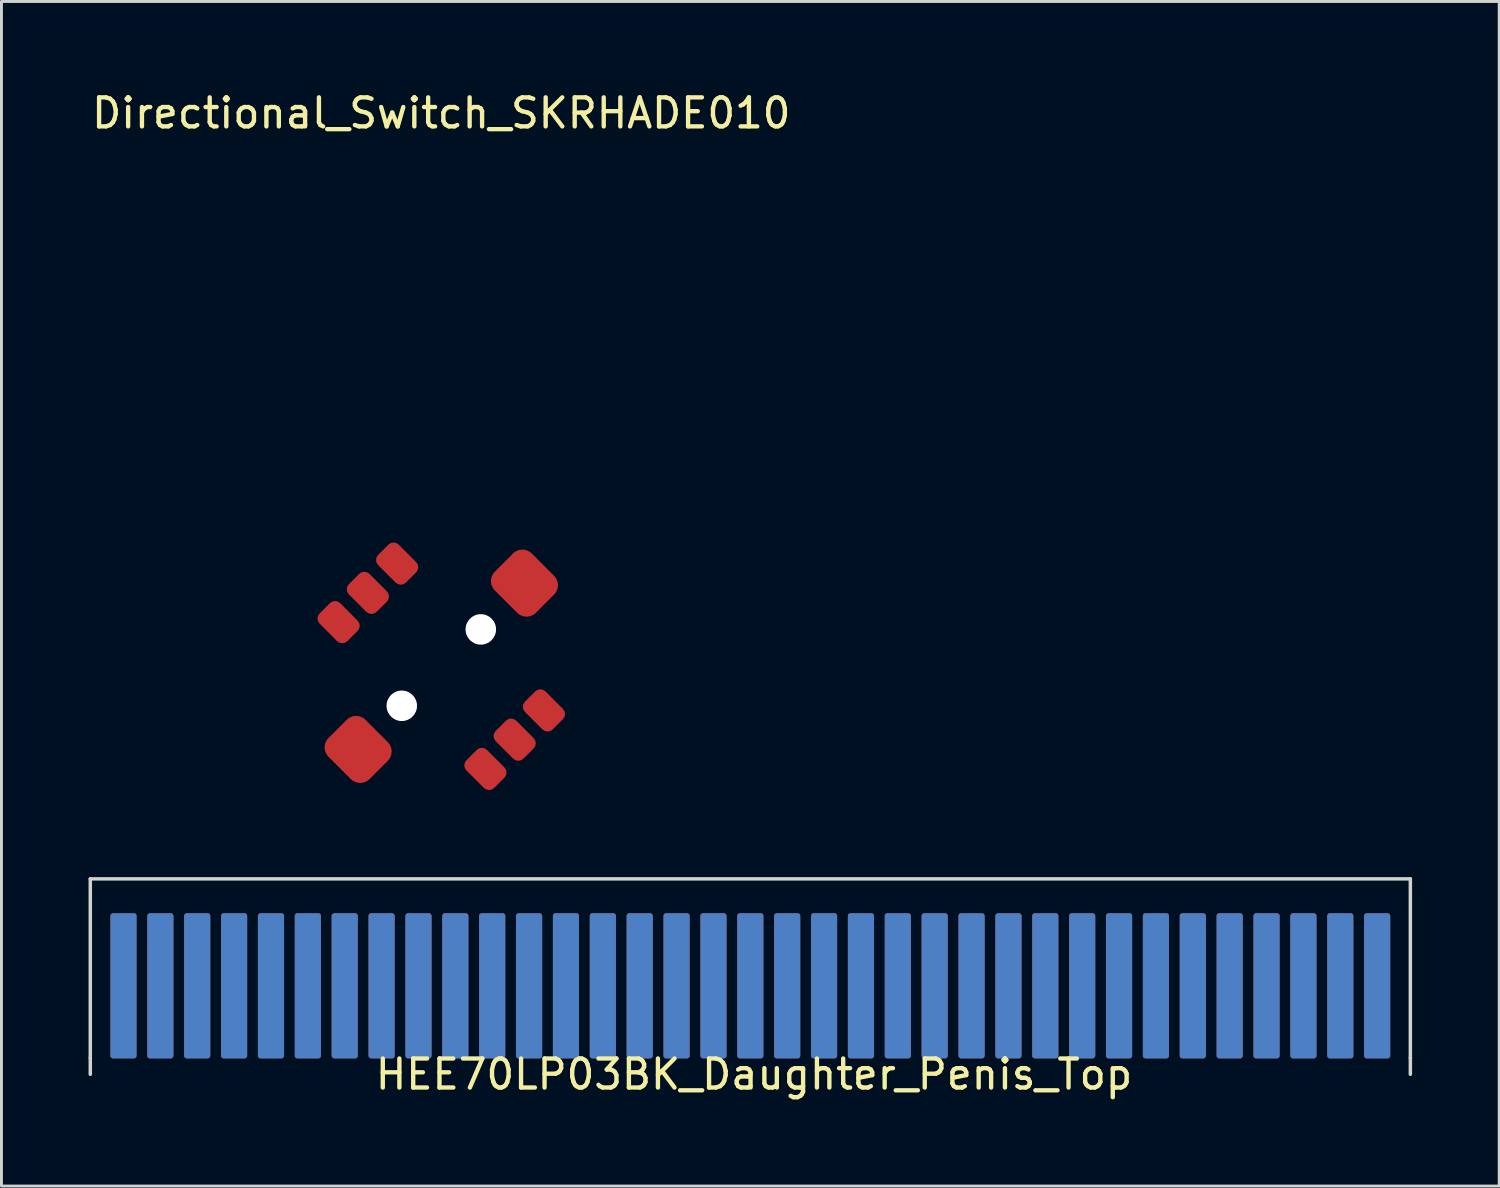
<source format=kicad_pcb>
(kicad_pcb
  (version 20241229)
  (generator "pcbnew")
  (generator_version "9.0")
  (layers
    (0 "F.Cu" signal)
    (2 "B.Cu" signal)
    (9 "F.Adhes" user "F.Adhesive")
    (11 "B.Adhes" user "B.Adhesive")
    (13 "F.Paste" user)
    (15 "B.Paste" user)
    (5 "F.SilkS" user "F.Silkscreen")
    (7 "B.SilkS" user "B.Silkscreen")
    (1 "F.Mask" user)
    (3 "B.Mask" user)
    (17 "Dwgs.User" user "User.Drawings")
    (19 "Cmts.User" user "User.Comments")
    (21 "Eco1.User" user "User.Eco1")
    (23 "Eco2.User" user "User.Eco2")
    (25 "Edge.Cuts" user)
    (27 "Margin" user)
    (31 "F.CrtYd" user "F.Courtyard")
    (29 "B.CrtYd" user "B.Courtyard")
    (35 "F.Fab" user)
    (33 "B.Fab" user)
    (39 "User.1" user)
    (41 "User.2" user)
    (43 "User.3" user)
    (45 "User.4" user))
  (footprint "HEE70LP03BK_Daughter_Penis_Top"
    (layer "F.Cu")
    (at 22.793 33.444)
    (property "Reference" "HEE70LP03BK_Daughter_Penis_Top" (at 0.127 0.508 0) (unlocked yes) (layer "F.SilkS") (effects (font (size 1 1) (thickness 0.15))))
    (attr smd)
    (fp_line (start -22.733 -6.223) (end -22.733 -0.064) (stroke (width 0.12) (type default)) (layer "Edge.Cuts"))
    (fp_line (start -22.733 0.508) (end -22.733 -0.064) (stroke (width 0.12) (type default)) (layer "Edge.Cuts"))
    (fp_line (start 22.733 -6.223) (end -22.733 -6.223) (stroke (width 0.12) (type default)) (layer "Edge.Cuts"))
    (fp_line (start 22.733 -0.064) (end 22.733 -6.223) (stroke (width 0.12) (type default)) (layer "Edge.Cuts"))
    (fp_line (start 22.733 0.508) (end 22.733 -0.064) (stroke (width 0.12) (type default)) (layer "Edge.Cuts"))
    (pad "1" smd roundrect (at -17.78 -2.54 180) (size 0.9 5) (layers "B.Cu" "B.Mask" "B.Paste") (roundrect_rratio 0.1))
    (pad "2" smd roundrect (at -16.51 -2.54 180) (size 0.9 5) (layers "B.Cu" "B.Mask" "B.Paste") (roundrect_rratio 0.1))
    (pad "3" smd roundrect (at -15.24 -2.54 180) (size 0.9 5) (layers "B.Cu" "B.Mask" "B.Paste") (roundrect_rratio 0.1))
    (pad "4" smd roundrect (at -13.97 -2.54 180) (size 0.9 5) (layers "B.Cu" "B.Mask" "B.Paste") (roundrect_rratio 0.1))
    (pad "5" smd roundrect (at -12.7 -2.54 180) (size 0.9 5) (layers "B.Cu" "B.Mask" "B.Paste") (roundrect_rratio 0.1))
    (pad "6" smd roundrect (at -11.43 -2.54 180) (size 0.9 5) (layers "B.Cu" "B.Mask" "B.Paste") (roundrect_rratio 0.1))
    (pad "7" smd roundrect (at -10.16 -2.54 180) (size 0.9 5) (layers "B.Cu" "B.Mask" "B.Paste") (roundrect_rratio 0.1))
    (pad "8" smd roundrect (at -8.89 -2.54 180) (size 0.9 5) (layers "B.Cu" "B.Mask" "B.Paste") (roundrect_rratio 0.1))
    (pad "9" smd roundrect (at -7.62 -2.54 180) (size 0.9 5) (layers "B.Cu" "B.Mask" "B.Paste") (roundrect_rratio 0.1))
    (pad "10" smd roundrect (at -6.35 -2.54 180) (size 0.9 5) (layers "B.Cu" "B.Mask" "B.Paste") (roundrect_rratio 0.1))
    (pad "11" smd roundrect (at -5.08 -2.54 180) (size 0.9 5) (layers "B.Cu" "B.Mask" "B.Paste") (roundrect_rratio 0.1))
    (pad "12" smd roundrect (at -3.81 -2.54 180) (size 0.9 5) (layers "B.Cu" "B.Mask" "B.Paste") (roundrect_rratio 0.1))
    (pad "13" smd roundrect (at -2.54 -2.54 180) (size 0.9 5) (layers "B.Cu" "B.Mask" "B.Paste") (roundrect_rratio 0.1))
    (pad "14" smd roundrect (at -1.27 -2.54 180) (size 0.9 5) (layers "B.Cu" "B.Mask" "B.Paste") (roundrect_rratio 0.1))
    (pad "15" smd roundrect (at 0 -2.54 180) (size 0.9 5) (layers "B.Cu" "B.Mask" "B.Paste") (roundrect_rratio 0.1))
    (pad "16" smd roundrect (at 1.27 -2.54 180) (size 0.9 5) (layers "B.Cu" "B.Mask" "B.Paste") (roundrect_rratio 0.1))
    (pad "17" smd roundrect (at 2.54 -2.54 180) (size 0.9 5) (layers "B.Cu" "B.Mask" "B.Paste") (roundrect_rratio 0.1))
    (pad "18" smd roundrect (at 3.81 -2.54 180) (size 0.9 5) (layers "B.Cu" "B.Mask" "B.Paste") (roundrect_rratio 0.1))
    (pad "19" smd roundrect (at 5.08 -2.54 180) (size 0.9 5) (layers "B.Cu" "B.Mask" "B.Paste") (roundrect_rratio 0.1))
    (pad "20" smd roundrect (at 6.35 -2.54 180) (size 0.9 5) (layers "B.Cu" "B.Mask" "B.Paste") (roundrect_rratio 0.1))
    (pad "21" smd roundrect (at 7.62 -2.54 180) (size 0.9 5) (layers "B.Cu" "B.Mask" "B.Paste") (roundrect_rratio 0.1))
    (pad "22" smd roundrect (at 8.89 -2.54 180) (size 0.9 5) (layers "B.Cu" "B.Mask" "B.Paste") (roundrect_rratio 0.1))
    (pad "23" smd roundrect (at 10.16 -2.54 180) (size 0.9 5) (layers "B.Cu" "B.Mask" "B.Paste") (roundrect_rratio 0.1))
    (pad "24" smd roundrect (at 11.43 -2.54 180) (size 0.9 5) (layers "B.Cu" "B.Mask" "B.Paste") (roundrect_rratio 0.1))
    (pad "25" smd roundrect (at 12.7 -2.54 180) (size 0.9 5) (layers "B.Cu" "B.Mask" "B.Paste") (roundrect_rratio 0.1))
    (pad "26" smd roundrect (at 13.97 -2.54 180) (size 0.9 5) (layers "B.Cu" "B.Mask" "B.Paste") (roundrect_rratio 0.1))
    (pad "27" smd roundrect (at 15.24 -2.54 180) (size 0.9 5) (layers "B.Cu" "B.Mask" "B.Paste") (roundrect_rratio 0.1))
    (pad "28" smd roundrect (at 16.51 -2.54 180) (size 0.9 5) (layers "B.Cu" "B.Mask" "B.Paste") (roundrect_rratio 0.1))
    (pad "29" smd roundrect (at 17.78 -2.54 180) (size 0.9 5) (layers "B.Cu" "B.Mask" "B.Paste") (roundrect_rratio 0.1))
    (pad "30" smd roundrect (at 19.05 -2.54 180) (size 0.9 5) (layers "B.Cu" "B.Mask" "B.Paste") (roundrect_rratio 0.1))
    (pad "31" smd roundrect (at -17.78 -2.54 180) (size 0.9 5) (layers "F.Cu" "F.Mask" "F.Paste") (roundrect_rratio 0.1))
    (pad "32" smd roundrect (at -16.51 -2.54 180) (size 0.9 5) (layers "F.Cu" "F.Mask" "F.Paste") (roundrect_rratio 0.1))
    (pad "33" smd roundrect (at -15.24 -2.54 180) (size 0.9 5) (layers "F.Cu" "F.Mask" "F.Paste") (roundrect_rratio 0.1))
    (pad "34" smd roundrect (at -13.97 -2.54 180) (size 0.9 5) (layers "F.Cu" "F.Mask" "F.Paste") (roundrect_rratio 0.1))
    (pad "35" smd roundrect (at -12.7 -2.54 180) (size 0.9 5) (layers "F.Cu" "F.Mask" "F.Paste") (roundrect_rratio 0.1))
    (pad "36" smd roundrect (at -11.43 -2.54 180) (size 0.9 5) (layers "F.Cu" "F.Mask" "F.Paste") (roundrect_rratio 0.1))
    (pad "37" smd roundrect (at -10.16 -2.54 180) (size 0.9 5) (layers "F.Cu" "F.Mask" "F.Paste") (roundrect_rratio 0.1))
    (pad "38" smd roundrect (at -8.89 -2.54 180) (size 0.9 5) (layers "F.Cu" "F.Mask" "F.Paste") (roundrect_rratio 0.1))
    (pad "39" smd roundrect (at -7.62 -2.54 180) (size 0.9 5) (layers "F.Cu" "F.Mask" "F.Paste") (roundrect_rratio 0.1))
    (pad "40" smd roundrect (at -6.35 -2.54 180) (size 0.9 5) (layers "F.Cu" "F.Mask" "F.Paste") (roundrect_rratio 0.1))
    (pad "41" smd roundrect (at -5.08 -2.54 180) (size 0.9 5) (layers "F.Cu" "F.Mask" "F.Paste") (roundrect_rratio 0.1))
    (pad "42" smd roundrect (at -3.81 -2.54 180) (size 0.9 5) (layers "F.Cu" "F.Mask" "F.Paste") (roundrect_rratio 0.1))
    (pad "43" smd roundrect (at -2.54 -2.54 180) (size 0.9 5) (layers "F.Cu" "F.Mask" "F.Paste") (roundrect_rratio 0.1))
    (pad "44" smd roundrect (at -1.27 -2.54 180) (size 0.9 5) (layers "F.Cu" "F.Mask" "F.Paste") (roundrect_rratio 0.1))
    (pad "45" smd roundrect (at 0 -2.54 180) (size 0.9 5) (layers "F.Cu" "F.Mask" "F.Paste") (roundrect_rratio 0.1))
    (pad "46" smd roundrect (at 1.27 -2.54 180) (size 0.9 5) (layers "F.Cu" "F.Mask" "F.Paste") (roundrect_rratio 0.1))
    (pad "47" smd roundrect (at 2.54 -2.54 180) (size 0.9 5) (layers "F.Cu" "F.Mask" "F.Paste") (roundrect_rratio 0.1))
    (pad "48" smd roundrect (at 3.81 -2.54 180) (size 0.9 5) (layers "F.Cu" "F.Mask" "F.Paste") (roundrect_rratio 0.1))
    (pad "49" smd roundrect (at 5.08 -2.54 180) (size 0.9 5) (layers "F.Cu" "F.Mask" "F.Paste") (roundrect_rratio 0.1))
    (pad "50" smd roundrect (at 6.35 -2.54 180) (size 0.9 5) (layers "F.Cu" "F.Mask" "F.Paste") (roundrect_rratio 0.1))
    (pad "51" smd roundrect (at 7.62 -2.54 180) (size 0.9 5) (layers "F.Cu" "F.Mask" "F.Paste") (roundrect_rratio 0.1))
    (pad "52" smd roundrect (at 8.89 -2.54 180) (size 0.9 5) (layers "F.Cu" "F.Mask" "F.Paste") (roundrect_rratio 0.1))
    (pad "53" smd roundrect (at 10.16 -2.54 180) (size 0.9 5) (layers "F.Cu" "F.Mask" "F.Paste") (roundrect_rratio 0.1))
    (pad "54" smd roundrect (at 11.43 -2.54 180) (size 0.9 5) (layers "F.Cu" "F.Mask" "F.Paste") (roundrect_rratio 0.1))
    (pad "55" smd roundrect (at 12.7 -2.54 180) (size 0.9 5) (layers "F.Cu" "F.Mask" "F.Paste") (roundrect_rratio 0.1))
    (pad "56" smd roundrect (at 13.97 -2.54 180) (size 0.9 5) (layers "F.Cu" "F.Mask" "F.Paste") (roundrect_rratio 0.1))
    (pad "57" smd roundrect (at 15.24 -2.54 180) (size 0.9 5) (layers "F.Cu" "F.Mask" "F.Paste") (roundrect_rratio 0.1))
    (pad "58" smd roundrect (at 16.51 -2.54 180) (size 0.9 5) (layers "F.Cu" "F.Mask" "F.Paste") (roundrect_rratio 0.1))
    (pad "59" smd roundrect (at 17.78 -2.54 180) (size 0.9 5) (layers "F.Cu" "F.Mask" "F.Paste") (roundrect_rratio 0.1))
    (pad "60" smd roundrect (at 19.05 -2.54 180) (size 0.9 5) (layers "F.Cu" "F.Mask" "F.Paste") (roundrect_rratio 0.1))
    (pad "61" smd roundrect (at 20.32 -2.54 180) (size 0.9 5) (layers "B.Cu" "B.Mask" "B.Paste") (roundrect_rratio 0.1))
    (pad "62" smd roundrect (at 21.59 -2.54 180) (size 0.9 5) (layers "B.Cu" "B.Mask" "B.Paste") (roundrect_rratio 0.1))
    (pad "63" smd roundrect (at 20.32 -2.54 180) (size 0.9 5) (layers "F.Cu" "F.Mask" "F.Paste") (roundrect_rratio 0.1))
    (pad "64" smd roundrect (at 21.59 -2.54 180) (size 0.9 5) (layers "F.Cu" "F.Mask" "F.Paste") (roundrect_rratio 0.1))
    (pad "65" smd roundrect (at -21.59 -2.54 180) (size 0.9 5) (layers "F.Cu" "F.Mask" "F.Paste") (roundrect_rratio 0.1))
    (pad "66" smd roundrect (at -20.32 -2.54 180) (size 0.9 5) (layers "F.Cu" "F.Mask" "F.Paste") (roundrect_rratio 0.1))
    (pad "67" smd roundrect (at -19.05 -2.54 180) (size 0.9 5) (layers "F.Cu" "F.Mask" "F.Paste") (roundrect_rratio 0.1))
    (pad "68" smd roundrect (at -21.59 -2.54 180) (size 0.9 5) (layers "B.Cu" "B.Mask" "B.Paste") (roundrect_rratio 0.1))
    (pad "69" smd roundrect (at -20.32 -2.54 180) (size 0.9 5) (layers "B.Cu" "B.Mask" "B.Paste") (roundrect_rratio 0.1))
    (pad "70" smd roundrect (at -19.05 -2.54 180) (size 0.9 5) (layers "B.Cu" "B.Mask" "B.Paste") (roundrect_rratio 0.1)))
  (footprint "Directional_Switch_SKRHADE010"
    (layer "F.Cu")
    (at 12.149 19.898)
    (property "Reference" "Directional_Switch_SKRHADE010" (at 0 -19.05 0) (unlocked yes) (layer "F.SilkS") (effects (font (size 1 1) (thickness 0.15))))
    (attr smd)
    (pad "" smd roundrect (at -2.864 2.864 315) (size 2 1.8) (layers "F.Cu" "F.Mask" "F.Paste") (roundrect_rratio 0.25))
    (pad "" np_thru_hole circle (at -1.361 1.361 315) (size 1.05 1.05) (drill 1.05) (layers "*.Cu" "*.Mask"))
    (pad "" np_thru_hole circle (at 1.361 -1.27 315) (size 0.75 0.75) (drill 0.75) (layers "*.Cu" "*.Mask"))
    (pad "" np_thru_hole circle (at 1.361 -1.27 315) (size 1.05 1.05) (drill 1.05) (layers "*.Cu" "*.Mask"))
    (pad "" smd roundrect (at 2.864 -2.864 315) (size 2 1.8) (layers "F.Cu" "F.Mask" "F.Paste") (roundrect_rratio 0.25))
    (pad "1" smd roundrect (at -1.52 -3.536 315) (size 1.35 1) (layers "F.Cu" "F.Mask" "F.Paste") (roundrect_rratio 0.25))
    (pad "2" smd roundrect (at -2.528 -2.528 315) (size 1.35 1) (layers "F.Cu" "F.Mask" "F.Paste") (roundrect_rratio 0.25))
    (pad "3" smd roundrect (at -3.536 -1.52 315) (size 1.35 1) (layers "F.Cu" "F.Mask" "F.Paste") (roundrect_rratio 0.25))
    (pad "4" smd roundrect (at 3.536 1.52 315) (size 1.35 1) (layers "F.Cu" "F.Mask" "F.Paste") (roundrect_rratio 0.25))
    (pad "5" smd roundrect (at 2.528 2.528 315) (size 1.35 1) (layers "F.Cu" "F.Mask" "F.Paste") (roundrect_rratio 0.25))
    (pad "6" smd roundrect (at 1.52 3.536 315) (size 1.35 1) (layers "F.Cu" "F.Mask" "F.Paste") (roundrect_rratio 0.25)))
  (gr_rect
    (start -3 -3)
    (end 48.586 37.8)
    (stroke (width 0.1) (type default))
    (fill no)
    (layer "Edge.Cuts")))
</source>
